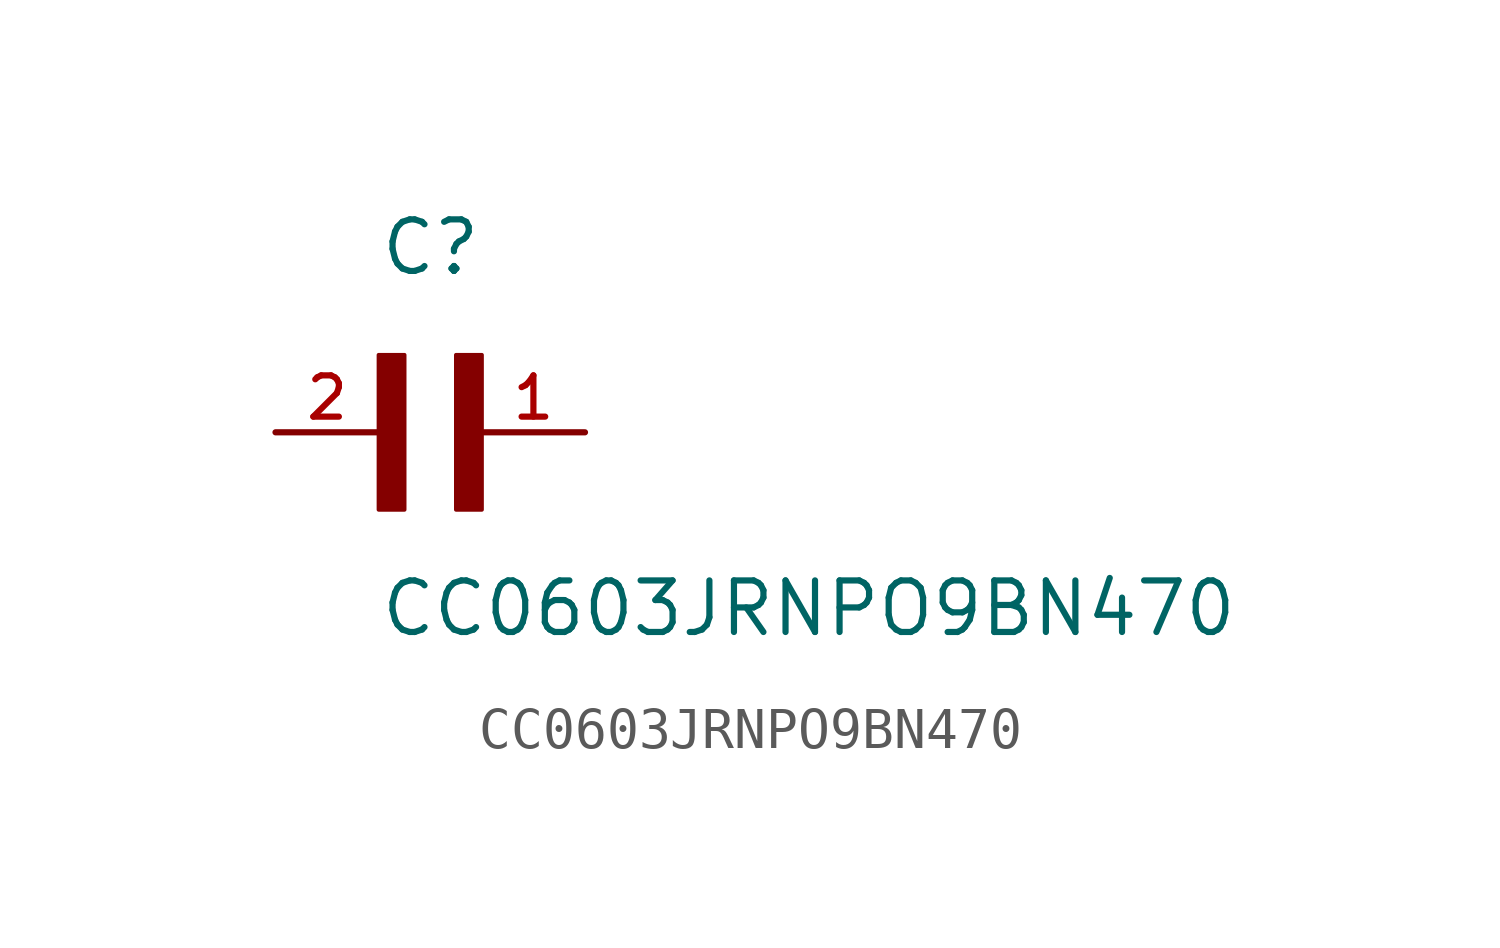
<source format=kicad_sym>
(kicad_symbol_lib
  (version 20211014)
  (generator kicad_symbol_editor)
  (symbol "CC0603JRNPO9BN470"
    (pin_names
      (offset 1.016))
    (property "Reference" "C"
      (at 0.0 3.81 0)
      (effects (font (size 1.27 1.27)) (justify bottom left)))
    (property "Value" "CC0603JRNPO9BN470"
      (at 0.0 -5.08 0)
      (effects (font (size 1.27 1.27)) (justify bottom left)))
    (symbol "CC0603JRNPO9BN470_0_0"
      (rectangle (start 0.0 -1.905) (end 0.635 1.905) (stroke (width 0.1)) (fill (type outline)))
      (rectangle (start 1.905 -1.905) (end 2.54 1.905) (stroke (width 0.1)) (fill (type outline)))
      (pin passive line (at 5.08 0.0 180.0) (length 2.54) (name "~" (effects (font (size 1.016 1.016)))) (number "1" (effects (font (size 1.016 1.016)))))
      (pin passive line (at -2.54 0.0 0) (length 2.54) (name "~" (effects (font (size 1.016 1.016)))) (number "2" (effects (font (size 1.016 1.016))))))))
</source>
